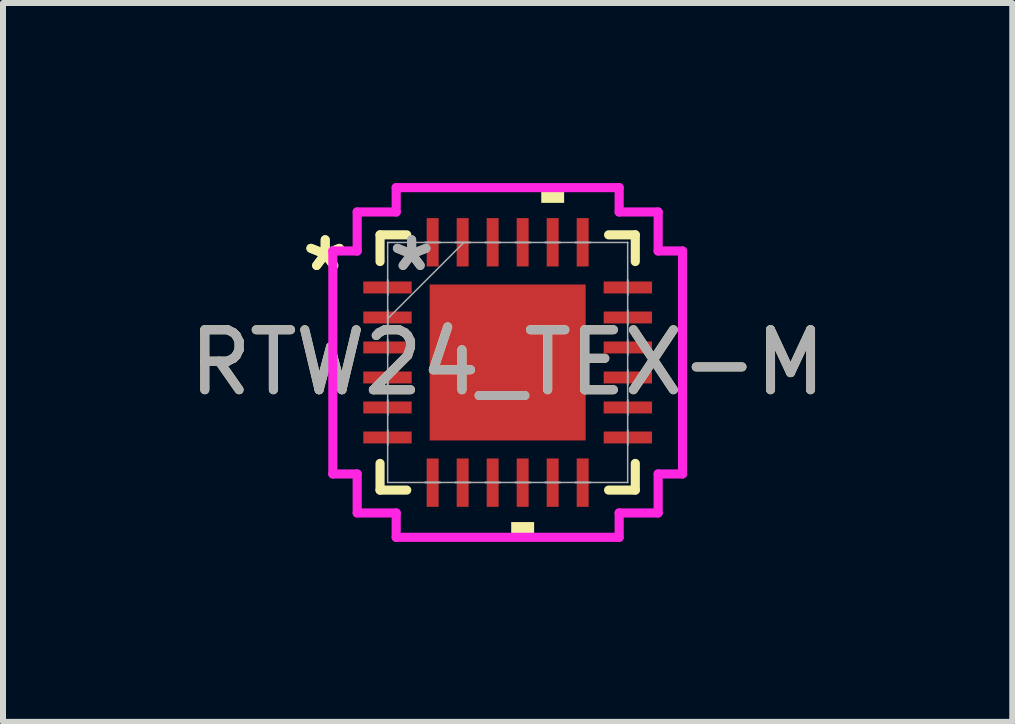
<source format=kicad_pcb>
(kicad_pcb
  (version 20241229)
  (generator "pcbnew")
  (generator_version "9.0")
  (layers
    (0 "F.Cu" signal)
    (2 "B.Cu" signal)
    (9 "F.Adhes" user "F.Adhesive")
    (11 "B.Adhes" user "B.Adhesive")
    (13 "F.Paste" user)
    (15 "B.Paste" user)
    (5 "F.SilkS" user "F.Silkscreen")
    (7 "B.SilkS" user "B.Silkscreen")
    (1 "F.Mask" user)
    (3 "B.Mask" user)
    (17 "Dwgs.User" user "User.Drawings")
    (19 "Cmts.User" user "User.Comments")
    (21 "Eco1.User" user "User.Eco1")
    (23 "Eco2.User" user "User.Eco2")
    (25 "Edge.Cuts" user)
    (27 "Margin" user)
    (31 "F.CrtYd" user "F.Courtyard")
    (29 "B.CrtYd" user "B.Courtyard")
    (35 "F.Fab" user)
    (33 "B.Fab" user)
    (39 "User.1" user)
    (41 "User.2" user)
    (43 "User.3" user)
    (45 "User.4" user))
  (footprint "RTW24_TEX-M"
    (layer "F.Cu")
    (at 5.411 2.991)
    (property "Reference" "RTW24_TEX-M" (at 0 0 0) (unlocked yes) (layer "F.SilkS") (effects (font (size 1 1) (thickness 0.15))))
    (attr smd)
    (fp_line (start -2.127 -2.127) (end -2.127 -1.682) (stroke (width 0.152) (type solid)) (layer "F.SilkS"))
    (fp_line (start -2.127 1.682) (end -2.127 2.127) (stroke (width 0.152) (type solid)) (layer "F.SilkS"))
    (fp_line (start -2.127 2.127) (end -1.682 2.127) (stroke (width 0.152) (type solid)) (layer "F.SilkS"))
    (fp_line (start -1.682 -2.127) (end -2.127 -2.127) (stroke (width 0.152) (type solid)) (layer "F.SilkS"))
    (fp_line (start 1.682 2.127) (end 2.127 2.127) (stroke (width 0.152) (type solid)) (layer "F.SilkS"))
    (fp_line (start 2.127 -2.127) (end 1.682 -2.127) (stroke (width 0.152) (type solid)) (layer "F.SilkS"))
    (fp_line (start 2.127 -1.682) (end 2.127 -2.127) (stroke (width 0.152) (type solid)) (layer "F.SilkS"))
    (fp_line (start 2.127 2.127) (end 2.127 1.682) (stroke (width 0.152) (type solid)) (layer "F.SilkS"))
    (fp_poly (pts (xy 0.059 2.66) (xy 0.059 2.914) (xy 0.441 2.914) (xy 0.441 2.66)) (stroke (width 0) (type solid)) (fill yes) (layer "F.SilkS"))
    (fp_poly (pts (xy 0.56 -2.66) (xy 0.56 -2.914) (xy 0.941 -2.914) (xy 0.941 -2.66)) (stroke (width 0) (type solid)) (fill yes) (layer "F.SilkS"))
    (fp_poly (pts (xy -1.2 -1.2) (xy -1.2 -0.1) (xy -0.1 -0.1) (xy -0.1 -1.2)) (stroke (width 0) (type solid)) (fill yes) (layer "F.Paste"))
    (fp_poly (pts (xy -1.2 0.1) (xy -1.2 1.2) (xy -0.1 1.2) (xy -0.1 0.1)) (stroke (width 0) (type solid)) (fill yes) (layer "F.Paste"))
    (fp_poly (pts (xy 0.1 -1.2) (xy 0.1 -0.1) (xy 1.2 -0.1) (xy 1.2 -1.2)) (stroke (width 0) (type solid)) (fill yes) (layer "F.Paste"))
    (fp_poly (pts (xy 0.1 0.1) (xy 0.1 1.2) (xy 1.2 1.2) (xy 1.2 0.1)) (stroke (width 0) (type solid)) (fill yes) (layer "F.Paste"))
    (fp_line (start -2.914 -1.858) (end -2.508 -1.858) (stroke (width 0.152) (type solid)) (layer "F.CrtYd"))
    (fp_line (start -2.914 1.858) (end -2.914 -1.858) (stroke (width 0.152) (type solid)) (layer "F.CrtYd"))
    (fp_line (start -2.508 -2.508) (end -1.858 -2.508) (stroke (width 0.152) (type solid)) (layer "F.CrtYd"))
    (fp_line (start -2.508 -1.858) (end -2.508 -2.508) (stroke (width 0.152) (type solid)) (layer "F.CrtYd"))
    (fp_line (start -2.508 1.858) (end -2.914 1.858) (stroke (width 0.152) (type solid)) (layer "F.CrtYd"))
    (fp_line (start -2.508 2.508) (end -2.508 1.858) (stroke (width 0.152) (type solid)) (layer "F.CrtYd"))
    (fp_line (start -1.858 -2.914) (end 1.858 -2.914) (stroke (width 0.152) (type solid)) (layer "F.CrtYd"))
    (fp_line (start -1.858 -2.508) (end -1.858 -2.914) (stroke (width 0.152) (type solid)) (layer "F.CrtYd"))
    (fp_line (start -1.858 2.508) (end -2.508 2.508) (stroke (width 0.152) (type solid)) (layer "F.CrtYd"))
    (fp_line (start -1.858 2.914) (end -1.858 2.508) (stroke (width 0.152) (type solid)) (layer "F.CrtYd"))
    (fp_line (start 1.858 -2.914) (end 1.858 -2.508) (stroke (width 0.152) (type solid)) (layer "F.CrtYd"))
    (fp_line (start 1.858 -2.508) (end 2.508 -2.508) (stroke (width 0.152) (type solid)) (layer "F.CrtYd"))
    (fp_line (start 1.858 2.508) (end 1.858 2.914) (stroke (width 0.152) (type solid)) (layer "F.CrtYd"))
    (fp_line (start 1.858 2.914) (end -1.858 2.914) (stroke (width 0.152) (type solid)) (layer "F.CrtYd"))
    (fp_line (start 2.508 -2.508) (end 2.508 -1.858) (stroke (width 0.152) (type solid)) (layer "F.CrtYd"))
    (fp_line (start 2.508 -1.858) (end 2.914 -1.858) (stroke (width 0.152) (type solid)) (layer "F.CrtYd"))
    (fp_line (start 2.508 1.858) (end 2.508 2.508) (stroke (width 0.152) (type solid)) (layer "F.CrtYd"))
    (fp_line (start 2.508 2.508) (end 1.858 2.508) (stroke (width 0.152) (type solid)) (layer "F.CrtYd"))
    (fp_line (start 2.914 -1.858) (end 2.914 1.858) (stroke (width 0.152) (type solid)) (layer "F.CrtYd"))
    (fp_line (start 2.914 1.858) (end 2.508 1.858) (stroke (width 0.152) (type solid)) (layer "F.CrtYd"))
    (fp_line (start -2 -2) (end -2 -2) (stroke (width 0.025) (type solid)) (layer "F.Fab"))
    (fp_line (start -2 -2) (end -2 2) (stroke (width 0.025) (type solid)) (layer "F.Fab"))
    (fp_line (start -2 -1.375) (end -2 -1.375) (stroke (width 0.025) (type solid)) (layer "F.Fab"))
    (fp_line (start -2 -1.375) (end -2 -1.125) (stroke (width 0.025) (type solid)) (layer "F.Fab"))
    (fp_line (start -2 -1.125) (end -2 -1.375) (stroke (width 0.025) (type solid)) (layer "F.Fab"))
    (fp_line (start -2 -1.125) (end -2 -1.125) (stroke (width 0.025) (type solid)) (layer "F.Fab"))
    (fp_line (start -2 -0.875) (end -2 -0.875) (stroke (width 0.025) (type solid)) (layer "F.Fab"))
    (fp_line (start -2 -0.875) (end -2 -0.625) (stroke (width 0.025) (type solid)) (layer "F.Fab"))
    (fp_line (start -2 -0.73) (end -0.73 -2) (stroke (width 0.025) (type solid)) (layer "F.Fab"))
    (fp_line (start -2 -0.625) (end -2 -0.875) (stroke (width 0.025) (type solid)) (layer "F.Fab"))
    (fp_line (start -2 -0.625) (end -2 -0.625) (stroke (width 0.025) (type solid)) (layer "F.Fab"))
    (fp_line (start -2 -0.375) (end -2 -0.375) (stroke (width 0.025) (type solid)) (layer "F.Fab"))
    (fp_line (start -2 -0.375) (end -2 -0.125) (stroke (width 0.025) (type solid)) (layer "F.Fab"))
    (fp_line (start -2 -0.125) (end -2 -0.375) (stroke (width 0.025) (type solid)) (layer "F.Fab"))
    (fp_line (start -2 -0.125) (end -2 -0.125) (stroke (width 0.025) (type solid)) (layer "F.Fab"))
    (fp_line (start -2 0.125) (end -2 0.125) (stroke (width 0.025) (type solid)) (layer "F.Fab"))
    (fp_line (start -2 0.125) (end -2 0.375) (stroke (width 0.025) (type solid)) (layer "F.Fab"))
    (fp_line (start -2 0.375) (end -2 0.125) (stroke (width 0.025) (type solid)) (layer "F.Fab"))
    (fp_line (start -2 0.375) (end -2 0.375) (stroke (width 0.025) (type solid)) (layer "F.Fab"))
    (fp_line (start -2 0.625) (end -2 0.625) (stroke (width 0.025) (type solid)) (layer "F.Fab"))
    (fp_line (start -2 0.625) (end -2 0.875) (stroke (width 0.025) (type solid)) (layer "F.Fab"))
    (fp_line (start -2 0.875) (end -2 0.625) (stroke (width 0.025) (type solid)) (layer "F.Fab"))
    (fp_line (start -2 0.875) (end -2 0.875) (stroke (width 0.025) (type solid)) (layer "F.Fab"))
    (fp_line (start -2 1.125) (end -2 1.125) (stroke (width 0.025) (type solid)) (layer "F.Fab"))
    (fp_line (start -2 1.125) (end -2 1.375) (stroke (width 0.025) (type solid)) (layer "F.Fab"))
    (fp_line (start -2 1.375) (end -2 1.125) (stroke (width 0.025) (type solid)) (layer "F.Fab"))
    (fp_line (start -2 1.375) (end -2 1.375) (stroke (width 0.025) (type solid)) (layer "F.Fab"))
    (fp_line (start -2 2) (end -2 2) (stroke (width 0.025) (type solid)) (layer "F.Fab"))
    (fp_line (start -2 2) (end 2 2) (stroke (width 0.025) (type solid)) (layer "F.Fab"))
    (fp_line (start -1.375 -2) (end -1.375 -2) (stroke (width 0.025) (type solid)) (layer "F.Fab"))
    (fp_line (start -1.375 -2) (end -1.125 -2) (stroke (width 0.025) (type solid)) (layer "F.Fab"))
    (fp_line (start -1.375 2) (end -1.375 2) (stroke (width 0.025) (type solid)) (layer "F.Fab"))
    (fp_line (start -1.375 2) (end -1.125 2) (stroke (width 0.025) (type solid)) (layer "F.Fab"))
    (fp_line (start -1.125 -2) (end -1.375 -2) (stroke (width 0.025) (type solid)) (layer "F.Fab"))
    (fp_line (start -1.125 -2) (end -1.125 -2) (stroke (width 0.025) (type solid)) (layer "F.Fab"))
    (fp_line (start -1.125 2) (end -1.375 2) (stroke (width 0.025) (type solid)) (layer "F.Fab"))
    (fp_line (start -1.125 2) (end -1.125 2) (stroke (width 0.025) (type solid)) (layer "F.Fab"))
    (fp_line (start -0.875 -2) (end -0.875 -2) (stroke (width 0.025) (type solid)) (layer "F.Fab"))
    (fp_line (start -0.875 -2) (end -0.625 -2) (stroke (width 0.025) (type solid)) (layer "F.Fab"))
    (fp_line (start -0.875 2) (end -0.875 2) (stroke (width 0.025) (type solid)) (layer "F.Fab"))
    (fp_line (start -0.875 2) (end -0.625 2) (stroke (width 0.025) (type solid)) (layer "F.Fab"))
    (fp_line (start -0.625 -2) (end -0.875 -2) (stroke (width 0.025) (type solid)) (layer "F.Fab"))
    (fp_line (start -0.625 -2) (end -0.625 -2) (stroke (width 0.025) (type solid)) (layer "F.Fab"))
    (fp_line (start -0.625 2) (end -0.875 2) (stroke (width 0.025) (type solid)) (layer "F.Fab"))
    (fp_line (start -0.625 2) (end -0.625 2) (stroke (width 0.025) (type solid)) (layer "F.Fab"))
    (fp_line (start -0.375 -2) (end -0.375 -2) (stroke (width 0.025) (type solid)) (layer "F.Fab"))
    (fp_line (start -0.375 -2) (end -0.125 -2) (stroke (width 0.025) (type solid)) (layer "F.Fab"))
    (fp_line (start -0.375 2) (end -0.375 2) (stroke (width 0.025) (type solid)) (layer "F.Fab"))
    (fp_line (start -0.375 2) (end -0.125 2) (stroke (width 0.025) (type solid)) (layer "F.Fab"))
    (fp_line (start -0.125 -2) (end -0.375 -2) (stroke (width 0.025) (type solid)) (layer "F.Fab"))
    (fp_line (start -0.125 -2) (end -0.125 -2) (stroke (width 0.025) (type solid)) (layer "F.Fab"))
    (fp_line (start -0.125 2) (end -0.375 2) (stroke (width 0.025) (type solid)) (layer "F.Fab"))
    (fp_line (start -0.125 2) (end -0.125 2) (stroke (width 0.025) (type solid)) (layer "F.Fab"))
    (fp_line (start 0.125 -2) (end 0.125 -2) (stroke (width 0.025) (type solid)) (layer "F.Fab"))
    (fp_line (start 0.125 -2) (end 0.375 -2) (stroke (width 0.025) (type solid)) (layer "F.Fab"))
    (fp_line (start 0.125 2) (end 0.125 2) (stroke (width 0.025) (type solid)) (layer "F.Fab"))
    (fp_line (start 0.125 2) (end 0.375 2) (stroke (width 0.025) (type solid)) (layer "F.Fab"))
    (fp_line (start 0.375 -2) (end 0.125 -2) (stroke (width 0.025) (type solid)) (layer "F.Fab"))
    (fp_line (start 0.375 -2) (end 0.375 -2) (stroke (width 0.025) (type solid)) (layer "F.Fab"))
    (fp_line (start 0.375 2) (end 0.125 2) (stroke (width 0.025) (type solid)) (layer "F.Fab"))
    (fp_line (start 0.375 2) (end 0.375 2) (stroke (width 0.025) (type solid)) (layer "F.Fab"))
    (fp_line (start 0.625 -2) (end 0.625 -2) (stroke (width 0.025) (type solid)) (layer "F.Fab"))
    (fp_line (start 0.625 -2) (end 0.875 -2) (stroke (width 0.025) (type solid)) (layer "F.Fab"))
    (fp_line (start 0.625 2) (end 0.625 2) (stroke (width 0.025) (type solid)) (layer "F.Fab"))
    (fp_line (start 0.625 2) (end 0.875 2) (stroke (width 0.025) (type solid)) (layer "F.Fab"))
    (fp_line (start 0.875 -2) (end 0.625 -2) (stroke (width 0.025) (type solid)) (layer "F.Fab"))
    (fp_line (start 0.875 -2) (end 0.875 -2) (stroke (width 0.025) (type solid)) (layer "F.Fab"))
    (fp_line (start 0.875 2) (end 0.625 2) (stroke (width 0.025) (type solid)) (layer "F.Fab"))
    (fp_line (start 0.875 2) (end 0.875 2) (stroke (width 0.025) (type solid)) (layer "F.Fab"))
    (fp_line (start 1.125 -2) (end 1.125 -2) (stroke (width 0.025) (type solid)) (layer "F.Fab"))
    (fp_line (start 1.125 -2) (end 1.375 -2) (stroke (width 0.025) (type solid)) (layer "F.Fab"))
    (fp_line (start 1.125 2) (end 1.125 2) (stroke (width 0.025) (type solid)) (layer "F.Fab"))
    (fp_line (start 1.125 2) (end 1.375 2) (stroke (width 0.025) (type solid)) (layer "F.Fab"))
    (fp_line (start 1.375 -2) (end 1.125 -2) (stroke (width 0.025) (type solid)) (layer "F.Fab"))
    (fp_line (start 1.375 -2) (end 1.375 -2) (stroke (width 0.025) (type solid)) (layer "F.Fab"))
    (fp_line (start 1.375 2) (end 1.125 2) (stroke (width 0.025) (type solid)) (layer "F.Fab"))
    (fp_line (start 1.375 2) (end 1.375 2) (stroke (width 0.025) (type solid)) (layer "F.Fab"))
    (fp_line (start 2 -2) (end -2 -2) (stroke (width 0.025) (type solid)) (layer "F.Fab"))
    (fp_line (start 2 -2) (end 2 -2) (stroke (width 0.025) (type solid)) (layer "F.Fab"))
    (fp_line (start 2 -1.375) (end 2 -1.375) (stroke (width 0.025) (type solid)) (layer "F.Fab"))
    (fp_line (start 2 -1.375) (end 2 -1.125) (stroke (width 0.025) (type solid)) (layer "F.Fab"))
    (fp_line (start 2 -1.125) (end 2 -1.375) (stroke (width 0.025) (type solid)) (layer "F.Fab"))
    (fp_line (start 2 -1.125) (end 2 -1.125) (stroke (width 0.025) (type solid)) (layer "F.Fab"))
    (fp_line (start 2 -0.875) (end 2 -0.875) (stroke (width 0.025) (type solid)) (layer "F.Fab"))
    (fp_line (start 2 -0.875) (end 2 -0.625) (stroke (width 0.025) (type solid)) (layer "F.Fab"))
    (fp_line (start 2 -0.625) (end 2 -0.875) (stroke (width 0.025) (type solid)) (layer "F.Fab"))
    (fp_line (start 2 -0.625) (end 2 -0.625) (stroke (width 0.025) (type solid)) (layer "F.Fab"))
    (fp_line (start 2 -0.375) (end 2 -0.375) (stroke (width 0.025) (type solid)) (layer "F.Fab"))
    (fp_line (start 2 -0.375) (end 2 -0.125) (stroke (width 0.025) (type solid)) (layer "F.Fab"))
    (fp_line (start 2 -0.125) (end 2 -0.375) (stroke (width 0.025) (type solid)) (layer "F.Fab"))
    (fp_line (start 2 -0.125) (end 2 -0.125) (stroke (width 0.025) (type solid)) (layer "F.Fab"))
    (fp_line (start 2 0.125) (end 2 0.125) (stroke (width 0.025) (type solid)) (layer "F.Fab"))
    (fp_line (start 2 0.125) (end 2 0.375) (stroke (width 0.025) (type solid)) (layer "F.Fab"))
    (fp_line (start 2 0.375) (end 2 0.125) (stroke (width 0.025) (type solid)) (layer "F.Fab"))
    (fp_line (start 2 0.375) (end 2 0.375) (stroke (width 0.025) (type solid)) (layer "F.Fab"))
    (fp_line (start 2 0.625) (end 2 0.625) (stroke (width 0.025) (type solid)) (layer "F.Fab"))
    (fp_line (start 2 0.625) (end 2 0.875) (stroke (width 0.025) (type solid)) (layer "F.Fab"))
    (fp_line (start 2 0.875) (end 2 0.625) (stroke (width 0.025) (type solid)) (layer "F.Fab"))
    (fp_line (start 2 0.875) (end 2 0.875) (stroke (width 0.025) (type solid)) (layer "F.Fab"))
    (fp_line (start 2 1.125) (end 2 1.125) (stroke (width 0.025) (type solid)) (layer "F.Fab"))
    (fp_line (start 2 1.125) (end 2 1.375) (stroke (width 0.025) (type solid)) (layer "F.Fab"))
    (fp_line (start 2 1.375) (end 2 1.125) (stroke (width 0.025) (type solid)) (layer "F.Fab"))
    (fp_line (start 2 1.375) (end 2 1.375) (stroke (width 0.025) (type solid)) (layer "F.Fab"))
    (fp_line (start 2 2) (end 2 -2) (stroke (width 0.025) (type solid)) (layer "F.Fab"))
    (fp_line (start 2 2) (end 2 2) (stroke (width 0.025) (type solid)) (layer "F.Fab"))
    (fp_text user "*" (at -3.041 -1.5 0) (layer "F.SilkS") (effects (font (size 1 1) (thickness 0.15))))
    (fp_text user "*" (at -3.041 -1.5 0) (unlocked yes) (layer "F.SilkS") (effects (font (size 1 1) (thickness 0.15))))
    (fp_text user "*" (at -1.6 -1.5 0) (unlocked yes) (layer "F.Fab") (effects (font (size 1 1) (thickness 0.15))))
    (fp_text user "*" (at -1.6 -1.5 0) (layer "F.Fab") (effects (font (size 1 1) (thickness 0.15))))
    (fp_text user "${REFERENCE}" (at 0 0 0) (unlocked yes) (layer "F.Fab") (effects (font (size 1 1) (thickness 0.15))))
    (pad "1" smd rect (at -2.003 -1.25 90) (size 0.199 0.806) (layers "F.Cu" "F.Mask" "F.Paste"))
    (pad "2" smd rect (at -2.003 -0.75 90) (size 0.199 0.806) (layers "F.Cu" "F.Mask" "F.Paste"))
    (pad "3" smd rect (at -2.003 -0.25 90) (size 0.199 0.806) (layers "F.Cu" "F.Mask" "F.Paste"))
    (pad "4" smd rect (at -2.003 0.25 90) (size 0.199 0.806) (layers "F.Cu" "F.Mask" "F.Paste"))
    (pad "5" smd rect (at -2.003 0.75 90) (size 0.199 0.806) (layers "F.Cu" "F.Mask" "F.Paste"))
    (pad "6" smd rect (at -2.003 1.25 90) (size 0.199 0.806) (layers "F.Cu" "F.Mask" "F.Paste"))
    (pad "7" smd rect (at -1.25 2.003) (size 0.199 0.806) (layers "F.Cu" "F.Mask" "F.Paste"))
    (pad "8" smd rect (at -0.75 2.003) (size 0.199 0.806) (layers "F.Cu" "F.Mask" "F.Paste"))
    (pad "9" smd rect (at -0.25 2.003) (size 0.199 0.806) (layers "F.Cu" "F.Mask" "F.Paste"))
    (pad "10" smd rect (at 0.25 2.003) (size 0.199 0.806) (layers "F.Cu" "F.Mask" "F.Paste"))
    (pad "11" smd rect (at 0.75 2.003) (size 0.199 0.806) (layers "F.Cu" "F.Mask" "F.Paste"))
    (pad "12" smd rect (at 1.25 2.003) (size 0.199 0.806) (layers "F.Cu" "F.Mask" "F.Paste"))
    (pad "13" smd rect (at 2.003 1.25 90) (size 0.199 0.806) (layers "F.Cu" "F.Mask" "F.Paste"))
    (pad "14" smd rect (at 2.003 0.75 90) (size 0.199 0.806) (layers "F.Cu" "F.Mask" "F.Paste"))
    (pad "15" smd rect (at 2.003 0.25 90) (size 0.199 0.806) (layers "F.Cu" "F.Mask" "F.Paste"))
    (pad "16" smd rect (at 2.003 -0.25 90) (size 0.199 0.806) (layers "F.Cu" "F.Mask" "F.Paste"))
    (pad "17" smd rect (at 2.003 -0.75 90) (size 0.199 0.806) (layers "F.Cu" "F.Mask" "F.Paste"))
    (pad "18" smd rect (at 2.003 -1.25 90) (size 0.199 0.806) (layers "F.Cu" "F.Mask" "F.Paste"))
    (pad "19" smd rect (at 1.25 -2.003) (size 0.199 0.806) (layers "F.Cu" "F.Mask" "F.Paste"))
    (pad "20" smd rect (at 0.75 -2.003) (size 0.199 0.806) (layers "F.Cu" "F.Mask" "F.Paste"))
    (pad "21" smd rect (at 0.25 -2.003) (size 0.199 0.806) (layers "F.Cu" "F.Mask" "F.Paste"))
    (pad "22" smd rect (at -0.25 -2.003) (size 0.199 0.806) (layers "F.Cu" "F.Mask" "F.Paste"))
    (pad "23" smd rect (at -0.75 -2.003) (size 0.199 0.806) (layers "F.Cu" "F.Mask" "F.Paste"))
    (pad "24" smd rect (at -1.25 -2.003) (size 0.199 0.806) (layers "F.Cu" "F.Mask" "F.Paste"))
    (pad "25" smd rect (at 0 0) (size 2.6 2.6) (layers "F.Cu" "F.Mask" "F.Paste")))
  (gr_rect
    (start -3 -3)
    (end 13.821 8.981)
    (stroke (width 0.1) (type default))
    (fill no)
    (layer "Edge.Cuts")))
</source>
